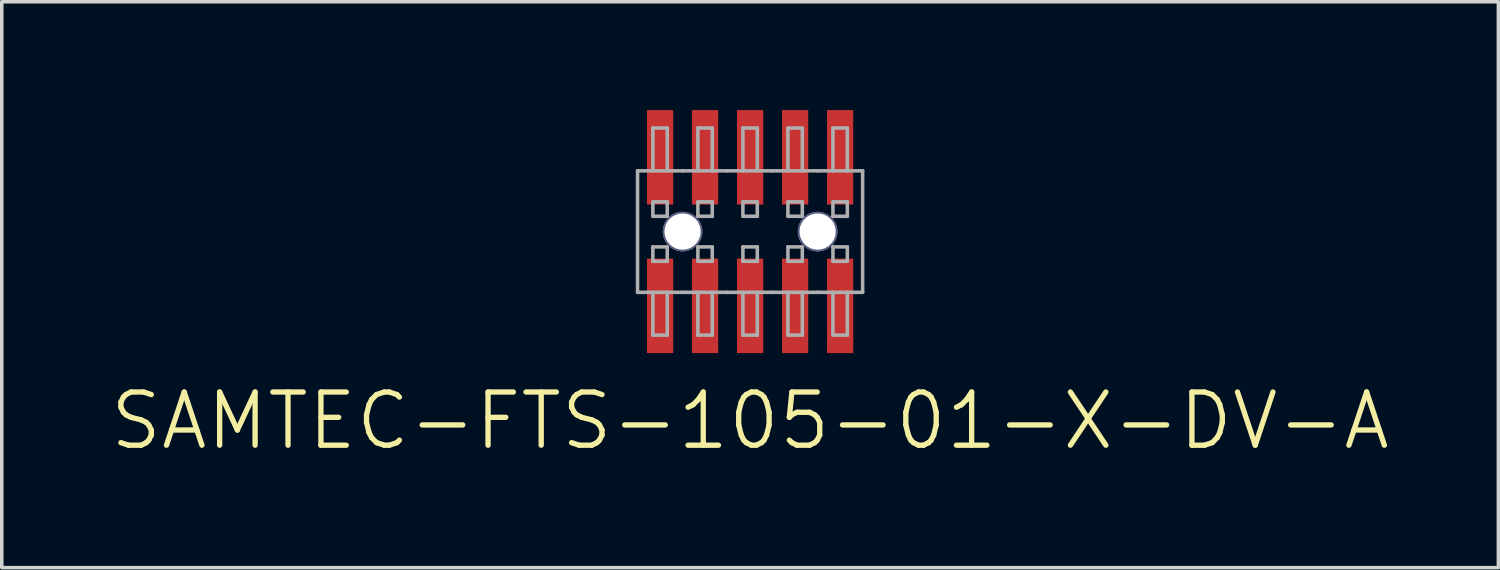
<source format=kicad_pcb>
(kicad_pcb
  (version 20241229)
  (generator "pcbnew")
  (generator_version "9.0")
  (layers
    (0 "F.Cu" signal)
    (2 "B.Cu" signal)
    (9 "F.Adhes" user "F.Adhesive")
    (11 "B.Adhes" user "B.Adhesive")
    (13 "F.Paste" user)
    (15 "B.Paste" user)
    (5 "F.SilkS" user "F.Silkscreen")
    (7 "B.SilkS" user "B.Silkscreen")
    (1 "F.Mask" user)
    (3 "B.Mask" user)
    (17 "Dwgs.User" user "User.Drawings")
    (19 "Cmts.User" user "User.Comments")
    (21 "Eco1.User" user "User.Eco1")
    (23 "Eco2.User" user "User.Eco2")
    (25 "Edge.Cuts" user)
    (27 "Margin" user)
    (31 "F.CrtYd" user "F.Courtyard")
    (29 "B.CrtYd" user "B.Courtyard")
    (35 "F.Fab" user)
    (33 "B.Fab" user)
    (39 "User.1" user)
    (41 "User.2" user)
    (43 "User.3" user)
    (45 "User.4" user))
  (footprint "SAMTEC-FTS-105-01-X-DV-A"
    (layer "F.Cu")
    (at 18.111 3.483)
    (property "Reference" "SAMTEC-FTS-105-01-X-DV-A" (at 0 5.34 0) (layer "F.SilkS") (effects (font (size 1.5 1.5) (thickness 0.15))))
    (attr through_hole)
    (fp_circle (center -1.905 0) (end -1.344 0) (stroke (width 0) (type solid)) (fill yes) (layer "F.Mask"))
    (fp_circle (center 1.905 0) (end 2.466 0) (stroke (width 0) (type solid)) (fill yes) (layer "F.Mask"))
    (fp_poly (pts (xy -2.961 -3.478) (xy -2.119 -3.478) (xy -2.119 -0.713) (xy -2.961 -0.713)) (stroke (width 0.01) (type solid)) (fill yes) (layer "F.Mask"))
    (fp_poly (pts (xy -2.961 0.711) (xy -2.119 0.711) (xy -2.119 3.476) (xy -2.961 3.476)) (stroke (width 0.01) (type solid)) (fill yes) (layer "F.Mask"))
    (fp_poly (pts (xy -1.691 -3.478) (xy -0.849 -3.478) (xy -0.849 -0.713) (xy -1.691 -0.713)) (stroke (width 0.01) (type solid)) (fill yes) (layer "F.Mask"))
    (fp_poly (pts (xy -1.691 0.711) (xy -0.849 0.711) (xy -0.849 3.476) (xy -1.691 3.476)) (stroke (width 0.01) (type solid)) (fill yes) (layer "F.Mask"))
    (fp_poly (pts (xy -0.421 -3.478) (xy 0.421 -3.478) (xy 0.421 -0.713) (xy -0.421 -0.713)) (stroke (width 0.01) (type solid)) (fill yes) (layer "F.Mask"))
    (fp_poly (pts (xy -0.421 0.713) (xy 0.421 0.713) (xy 0.421 3.478) (xy -0.421 3.478)) (stroke (width 0.01) (type solid)) (fill yes) (layer "F.Mask"))
    (fp_poly (pts (xy 0.849 -3.478) (xy 1.691 -3.478) (xy 1.691 -0.713) (xy 0.849 -0.713)) (stroke (width 0.01) (type solid)) (fill yes) (layer "F.Mask"))
    (fp_poly (pts (xy 0.849 0.711) (xy 1.691 0.711) (xy 1.691 3.476) (xy 0.849 3.476)) (stroke (width 0.01) (type solid)) (fill yes) (layer "F.Mask"))
    (fp_poly (pts (xy 2.119 -3.478) (xy 2.961 -3.478) (xy 2.961 -0.713) (xy 2.119 -0.713)) (stroke (width 0.01) (type solid)) (fill yes) (layer "F.Mask"))
    (fp_poly (pts (xy 2.119 0.711) (xy 2.961 0.711) (xy 2.961 3.476) (xy 2.119 3.476)) (stroke (width 0.01) (type solid)) (fill yes) (layer "F.Mask"))
    (fp_circle (center -1.905 0) (end -1.344 0) (stroke (width 0) (type solid)) (fill yes) (layer "B.Mask"))
    (fp_circle (center 1.905 0) (end 2.466 0) (stroke (width 0) (type solid)) (fill yes) (layer "B.Mask"))
    (fp_poly (pts (xy -2.91 -3.427) (xy -2.17 -3.427) (xy -2.17 -0.762) (xy -2.91 -0.762)) (stroke (width 0.01) (type solid)) (fill yes) (layer "F.Paste"))
    (fp_poly (pts (xy -2.91 0.762) (xy -2.17 0.762) (xy -2.17 3.425) (xy -2.91 3.425)) (stroke (width 0.01) (type solid)) (fill yes) (layer "F.Paste"))
    (fp_poly (pts (xy -1.64 -3.427) (xy -0.9 -3.427) (xy -0.9 -0.762) (xy -1.64 -0.762)) (stroke (width 0.01) (type solid)) (fill yes) (layer "F.Paste"))
    (fp_poly (pts (xy -1.64 0.762) (xy -0.9 0.762) (xy -0.9 3.425) (xy -1.64 3.425)) (stroke (width 0.01) (type solid)) (fill yes) (layer "F.Paste"))
    (fp_poly (pts (xy -0.37 -3.427) (xy 0.37 -3.427) (xy 0.37 -0.762) (xy -0.37 -0.762)) (stroke (width 0.01) (type solid)) (fill yes) (layer "F.Paste"))
    (fp_poly (pts (xy -0.37 0.764) (xy 0.37 0.764) (xy 0.37 3.427) (xy -0.37 3.427)) (stroke (width 0.01) (type solid)) (fill yes) (layer "F.Paste"))
    (fp_poly (pts (xy 0.9 -3.427) (xy 1.64 -3.427) (xy 1.64 -0.762) (xy 0.9 -0.762)) (stroke (width 0.01) (type solid)) (fill yes) (layer "F.Paste"))
    (fp_poly (pts (xy 0.9 0.762) (xy 1.64 0.762) (xy 1.64 3.425) (xy 0.9 3.425)) (stroke (width 0.01) (type solid)) (fill yes) (layer "F.Paste"))
    (fp_poly (pts (xy 2.17 -3.427) (xy 2.91 -3.427) (xy 2.91 -0.762) (xy 2.17 -0.762)) (stroke (width 0.01) (type solid)) (fill yes) (layer "F.Paste"))
    (fp_poly (pts (xy 2.17 0.762) (xy 2.91 0.762) (xy 2.91 3.425) (xy 2.17 3.425)) (stroke (width 0.01) (type solid)) (fill yes) (layer "F.Paste"))
    (fp_circle (center -1.905 0) (end -1.397 0) (stroke (width 0.1) (type solid)) (fill no) (layer "B.Fab"))
    (fp_circle (center 1.905 0) (end 2.413 0) (stroke (width 0.1) (type solid)) (fill no) (layer "B.Fab"))
    (fp_line (start -3.175 -1.714) (end -1.905 -1.714) (stroke (width 0.1) (type solid)) (layer "F.Fab"))
    (fp_line (start -3.175 1.714) (end -3.175 -1.714) (stroke (width 0.1) (type solid)) (layer "F.Fab"))
    (fp_line (start -2.743 -2.921) (end -2.337 -2.921) (stroke (width 0.1) (type solid)) (layer "F.Fab"))
    (fp_line (start -2.743 -1.714) (end -2.743 -2.921) (stroke (width 0.1) (type solid)) (layer "F.Fab"))
    (fp_line (start -2.743 -0.838) (end -2.337 -0.838) (stroke (width 0.1) (type solid)) (layer "F.Fab"))
    (fp_line (start -2.743 -0.432) (end -2.743 -0.838) (stroke (width 0.1) (type solid)) (layer "F.Fab"))
    (fp_line (start -2.743 0.432) (end -2.337 0.432) (stroke (width 0.1) (type solid)) (layer "F.Fab"))
    (fp_line (start -2.743 0.838) (end -2.743 0.432) (stroke (width 0.1) (type solid)) (layer "F.Fab"))
    (fp_line (start -2.743 1.714) (end -2.743 2.921) (stroke (width 0.1) (type solid)) (layer "F.Fab"))
    (fp_line (start -2.743 2.921) (end -2.337 2.921) (stroke (width 0.1) (type solid)) (layer "F.Fab"))
    (fp_line (start -2.337 -2.921) (end -2.337 -1.714) (stroke (width 0.1) (type solid)) (layer "F.Fab"))
    (fp_line (start -2.337 -0.838) (end -2.337 -0.432) (stroke (width 0.1) (type solid)) (layer "F.Fab"))
    (fp_line (start -2.337 -0.432) (end -2.743 -0.432) (stroke (width 0.1) (type solid)) (layer "F.Fab"))
    (fp_line (start -2.337 0.432) (end -2.337 0.838) (stroke (width 0.1) (type solid)) (layer "F.Fab"))
    (fp_line (start -2.337 0.838) (end -2.743 0.838) (stroke (width 0.1) (type solid)) (layer "F.Fab"))
    (fp_line (start -2.337 2.921) (end -2.337 1.714) (stroke (width 0.1) (type solid)) (layer "F.Fab"))
    (fp_line (start -1.905 1.714) (end -3.175 1.714) (stroke (width 0.1) (type solid)) (layer "F.Fab"))
    (fp_line (start -1.905 1.714) (end -0.635 1.714) (stroke (width 0.1) (type solid)) (layer "F.Fab"))
    (fp_line (start -1.473 -2.921) (end -1.473 -1.714) (stroke (width 0.1) (type solid)) (layer "F.Fab"))
    (fp_line (start -1.473 -0.838) (end -1.473 -0.432) (stroke (width 0.1) (type solid)) (layer "F.Fab"))
    (fp_line (start -1.473 -0.432) (end -1.067 -0.432) (stroke (width 0.1) (type solid)) (layer "F.Fab"))
    (fp_line (start -1.473 0.432) (end -1.473 0.838) (stroke (width 0.1) (type solid)) (layer "F.Fab"))
    (fp_line (start -1.473 0.838) (end -1.067 0.838) (stroke (width 0.1) (type solid)) (layer "F.Fab"))
    (fp_line (start -1.473 2.921) (end -1.473 1.714) (stroke (width 0.1) (type solid)) (layer "F.Fab"))
    (fp_line (start -1.067 -2.921) (end -1.473 -2.921) (stroke (width 0.1) (type solid)) (layer "F.Fab"))
    (fp_line (start -1.067 -1.714) (end -1.067 -2.921) (stroke (width 0.1) (type solid)) (layer "F.Fab"))
    (fp_line (start -1.067 -0.838) (end -1.473 -0.838) (stroke (width 0.1) (type solid)) (layer "F.Fab"))
    (fp_line (start -1.067 -0.432) (end -1.067 -0.838) (stroke (width 0.1) (type solid)) (layer "F.Fab"))
    (fp_line (start -1.067 0.432) (end -1.473 0.432) (stroke (width 0.1) (type solid)) (layer "F.Fab"))
    (fp_line (start -1.067 0.838) (end -1.067 0.432) (stroke (width 0.1) (type solid)) (layer "F.Fab"))
    (fp_line (start -1.067 1.714) (end -1.067 2.921) (stroke (width 0.1) (type solid)) (layer "F.Fab"))
    (fp_line (start -1.067 2.921) (end -1.473 2.921) (stroke (width 0.1) (type solid)) (layer "F.Fab"))
    (fp_line (start -0.635 -1.714) (end -1.905 -1.714) (stroke (width 0.1) (type solid)) (layer "F.Fab"))
    (fp_line (start -0.635 1.714) (end 0.635 1.714) (stroke (width 0.1) (type solid)) (layer "F.Fab"))
    (fp_line (start -0.203 -2.921) (end -0.203 -1.714) (stroke (width 0.1) (type solid)) (layer "F.Fab"))
    (fp_line (start -0.203 -0.838) (end -0.203 -0.432) (stroke (width 0.1) (type solid)) (layer "F.Fab"))
    (fp_line (start -0.203 -0.432) (end 0.203 -0.432) (stroke (width 0.1) (type solid)) (layer "F.Fab"))
    (fp_line (start -0.203 0.432) (end -0.203 0.838) (stroke (width 0.1) (type solid)) (layer "F.Fab"))
    (fp_line (start -0.203 0.838) (end 0.203 0.838) (stroke (width 0.1) (type solid)) (layer "F.Fab"))
    (fp_line (start -0.203 2.921) (end -0.203 1.714) (stroke (width 0.1) (type solid)) (layer "F.Fab"))
    (fp_line (start 0.203 -2.921) (end -0.203 -2.921) (stroke (width 0.1) (type solid)) (layer "F.Fab"))
    (fp_line (start 0.203 -1.714) (end 0.203 -2.921) (stroke (width 0.1) (type solid)) (layer "F.Fab"))
    (fp_line (start 0.203 -0.838) (end -0.203 -0.838) (stroke (width 0.1) (type solid)) (layer "F.Fab"))
    (fp_line (start 0.203 -0.432) (end 0.203 -0.838) (stroke (width 0.1) (type solid)) (layer "F.Fab"))
    (fp_line (start 0.203 0.432) (end -0.203 0.432) (stroke (width 0.1) (type solid)) (layer "F.Fab"))
    (fp_line (start 0.203 0.838) (end 0.203 0.432) (stroke (width 0.1) (type solid)) (layer "F.Fab"))
    (fp_line (start 0.203 1.714) (end 0.203 2.921) (stroke (width 0.1) (type solid)) (layer "F.Fab"))
    (fp_line (start 0.203 2.921) (end -0.203 2.921) (stroke (width 0.1) (type solid)) (layer "F.Fab"))
    (fp_line (start 0.635 -1.714) (end -0.635 -1.714) (stroke (width 0.1) (type solid)) (layer "F.Fab"))
    (fp_line (start 0.635 1.714) (end 1.905 1.714) (stroke (width 0.1) (type solid)) (layer "F.Fab"))
    (fp_line (start 1.067 -2.921) (end 1.067 -1.714) (stroke (width 0.1) (type solid)) (layer "F.Fab"))
    (fp_line (start 1.067 -0.838) (end 1.067 -0.432) (stroke (width 0.1) (type solid)) (layer "F.Fab"))
    (fp_line (start 1.067 -0.432) (end 1.473 -0.432) (stroke (width 0.1) (type solid)) (layer "F.Fab"))
    (fp_line (start 1.067 0.432) (end 1.067 0.838) (stroke (width 0.1) (type solid)) (layer "F.Fab"))
    (fp_line (start 1.067 0.838) (end 1.473 0.838) (stroke (width 0.1) (type solid)) (layer "F.Fab"))
    (fp_line (start 1.067 2.921) (end 1.067 1.714) (stroke (width 0.1) (type solid)) (layer "F.Fab"))
    (fp_line (start 1.473 -2.921) (end 1.067 -2.921) (stroke (width 0.1) (type solid)) (layer "F.Fab"))
    (fp_line (start 1.473 -1.714) (end 1.473 -2.921) (stroke (width 0.1) (type solid)) (layer "F.Fab"))
    (fp_line (start 1.473 -0.838) (end 1.067 -0.838) (stroke (width 0.1) (type solid)) (layer "F.Fab"))
    (fp_line (start 1.473 -0.432) (end 1.473 -0.838) (stroke (width 0.1) (type solid)) (layer "F.Fab"))
    (fp_line (start 1.473 0.432) (end 1.067 0.432) (stroke (width 0.1) (type solid)) (layer "F.Fab"))
    (fp_line (start 1.473 0.838) (end 1.473 0.432) (stroke (width 0.1) (type solid)) (layer "F.Fab"))
    (fp_line (start 1.473 1.714) (end 1.473 2.921) (stroke (width 0.1) (type solid)) (layer "F.Fab"))
    (fp_line (start 1.473 2.921) (end 1.067 2.921) (stroke (width 0.1) (type solid)) (layer "F.Fab"))
    (fp_line (start 1.905 -1.714) (end 0.635 -1.714) (stroke (width 0.1) (type solid)) (layer "F.Fab"))
    (fp_line (start 1.905 1.714) (end 3.175 1.714) (stroke (width 0.1) (type solid)) (layer "F.Fab"))
    (fp_line (start 2.337 -2.921) (end 2.337 -1.714) (stroke (width 0.1) (type solid)) (layer "F.Fab"))
    (fp_line (start 2.337 -0.838) (end 2.337 -0.432) (stroke (width 0.1) (type solid)) (layer "F.Fab"))
    (fp_line (start 2.337 -0.432) (end 2.743 -0.432) (stroke (width 0.1) (type solid)) (layer "F.Fab"))
    (fp_line (start 2.337 0.432) (end 2.337 0.838) (stroke (width 0.1) (type solid)) (layer "F.Fab"))
    (fp_line (start 2.337 0.838) (end 2.743 0.838) (stroke (width 0.1) (type solid)) (layer "F.Fab"))
    (fp_line (start 2.337 2.921) (end 2.337 1.714) (stroke (width 0.1) (type solid)) (layer "F.Fab"))
    (fp_line (start 2.743 -2.921) (end 2.337 -2.921) (stroke (width 0.1) (type solid)) (layer "F.Fab"))
    (fp_line (start 2.743 -1.714) (end 2.743 -2.921) (stroke (width 0.1) (type solid)) (layer "F.Fab"))
    (fp_line (start 2.743 -0.838) (end 2.337 -0.838) (stroke (width 0.1) (type solid)) (layer "F.Fab"))
    (fp_line (start 2.743 -0.432) (end 2.743 -0.838) (stroke (width 0.1) (type solid)) (layer "F.Fab"))
    (fp_line (start 2.743 0.432) (end 2.337 0.432) (stroke (width 0.1) (type solid)) (layer "F.Fab"))
    (fp_line (start 2.743 0.838) (end 2.743 0.432) (stroke (width 0.1) (type solid)) (layer "F.Fab"))
    (fp_line (start 2.743 1.714) (end 2.743 2.921) (stroke (width 0.1) (type solid)) (layer "F.Fab"))
    (fp_line (start 2.743 2.921) (end 2.337 2.921) (stroke (width 0.1) (type solid)) (layer "F.Fab"))
    (fp_line (start 3.175 -1.714) (end 1.905 -1.714) (stroke (width 0.1) (type solid)) (layer "F.Fab"))
    (fp_line (start 3.175 1.714) (end 3.175 -1.714) (stroke (width 0.1) (type solid)) (layer "F.Fab"))
    (fp_circle (center -1.905 0) (end -1.397 0) (stroke (width 0.1) (type solid)) (fill no) (layer "F.Fab"))
    (fp_circle (center 1.905 0) (end 2.413 0) (stroke (width 0.1) (type solid)) (fill no) (layer "F.Fab"))
    (pad "" np_thru_hole circle (at -1.905 0) (size 1.02 1.02) (drill 1.02) (layers "*.Cu" "*.Mask"))
    (pad "" np_thru_hole circle (at 1.905 0) (size 1.02 1.02) (drill 1.02) (layers "*.Cu" "*.Mask"))
    (pad "1" smd rect (at -2.54 2.095) (size 0.74 2.665) (layers "F.Cu" "F.Paste"))
    (pad "2" smd rect (at -2.54 -2.095) (size 0.74 2.665) (layers "F.Cu" "F.Paste"))
    (pad "3" smd rect (at -1.27 2.095) (size 0.74 2.665) (layers "F.Cu" "F.Paste"))
    (pad "4" smd rect (at -1.27 -2.095) (size 0.74 2.665) (layers "F.Cu" "F.Paste"))
    (pad "5" smd rect (at 0 2.095) (size 0.74 2.665) (layers "F.Cu" "F.Paste"))
    (pad "6" smd rect (at 0 -2.095) (size 0.74 2.665) (layers "F.Cu" "F.Paste"))
    (pad "7" smd rect (at 1.27 2.095) (size 0.74 2.665) (layers "F.Cu" "F.Paste"))
    (pad "8" smd rect (at 1.27 -2.095) (size 0.74 2.665) (layers "F.Cu" "F.Paste"))
    (pad "9" smd rect (at 2.54 2.095) (size 0.74 2.665) (layers "F.Cu" "F.Paste"))
    (pad "10" smd rect (at 2.54 -2.095) (size 0.74 2.665) (layers "F.Cu" "F.Paste")))
  (gr_rect
    (start -3 -3)
    (end 39.221 12.964)
    (stroke (width 0.1) (type default))
    (fill no)
    (layer "Edge.Cuts")))
</source>
